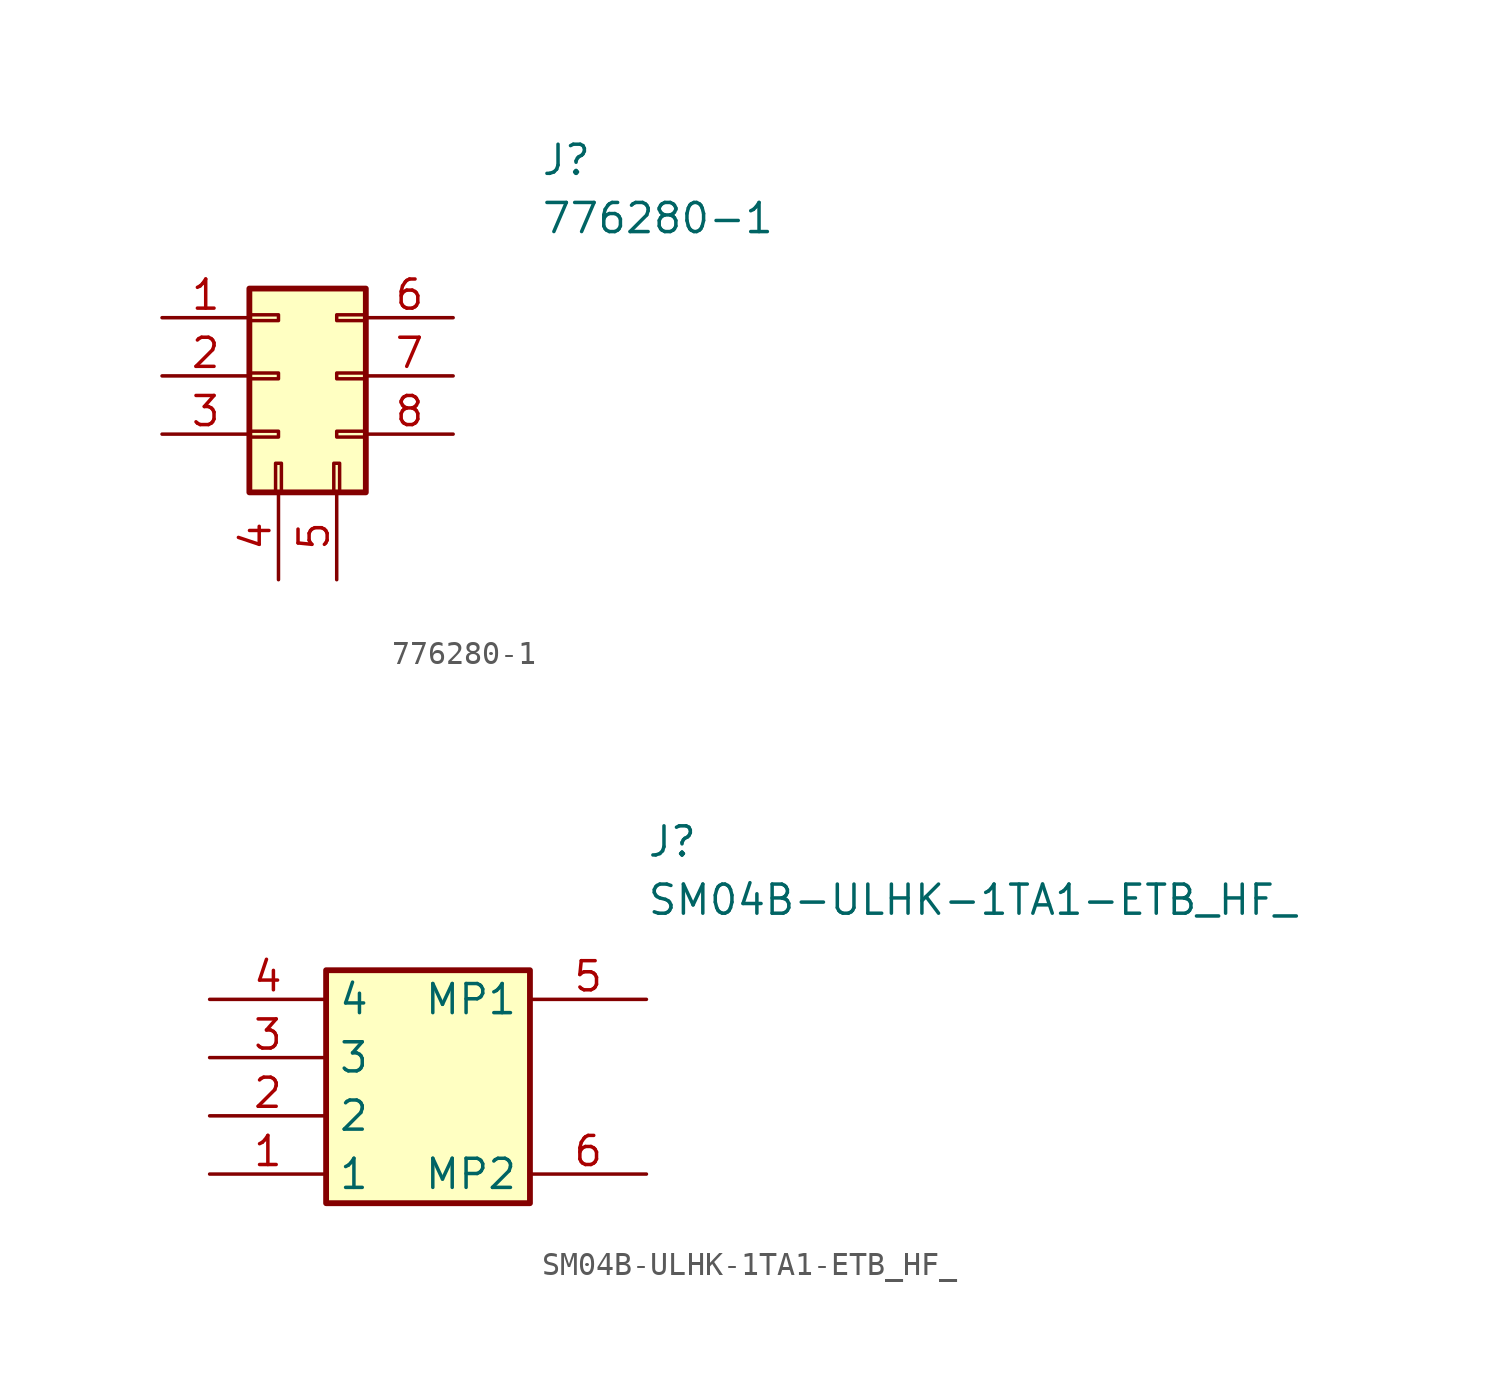
<source format=kicad_sym>
(kicad_symbol_lib
  (version 20241209)
  (generator "kicad_symbol_editor")
  (generator_version "9.0")
  (symbol "776280-1"
    (pin_names
      (hide yes))
    (property "Reference" "J"
      (at 16.51 7.62 0)
      (effects (font (size 1.27 1.27)) (justify left top)))
    (property "Value" "776280-1"
      (at 16.51 5.08 0)
      (effects (font (size 1.27 1.27)) (justify left top)))
    (symbol "776280-1_1_1"
      (rectangle (start 3.81 1.27) (end 8.89 -7.62) (stroke (width 0.254) (type solid)) (fill (type background)))
      (rectangle (start 3.81 0.127) (end 5.08 -0.127) (stroke (width 0.152) (type default)) (fill (type none)))
      (rectangle (start 3.81 -2.413) (end 5.08 -2.667) (stroke (width 0.152) (type default)) (fill (type none)))
      (rectangle (start 3.81 -4.953) (end 5.08 -5.207) (stroke (width 0.152) (type default)) (fill (type none)))
      (rectangle (start 4.953 -6.35) (end 5.207 -7.62) (stroke (width 0.152) (type default)) (fill (type none)))
      (rectangle (start 7.493 -6.35) (end 7.747 -7.62) (stroke (width 0.152) (type default)) (fill (type none)))
      (rectangle (start 7.62 -4.953) (end 8.89 -5.207) (stroke (width 0.152) (type default)) (fill (type none)))
      (rectangle (start 8.89 0.127) (end 7.62 -0.127) (stroke (width 0.152) (type default)) (fill (type none)))
      (rectangle (start 8.89 -2.413) (end 7.62 -2.667) (stroke (width 0.152) (type default)) (fill (type none)))
      (pin passive line (at 0 0 0) (length 3.81) (name "Pin_1" (effects (font (size 1.27 1.27)))) (number "1" (effects (font (size 1.27 1.27)))))
      (pin passive line (at 0 -2.54 0) (length 3.81) (name "Pin_2" (effects (font (size 1.27 1.27)))) (number "2" (effects (font (size 1.27 1.27)))))
      (pin passive line (at 0 -5.08 0) (length 3.81) (name "Pin_3" (effects (font (size 1.27 1.27)))) (number "3" (effects (font (size 1.27 1.27)))))
      (pin passive line (at 5.08 -11.43 90) (length 3.81) (name "Pin_4" (effects (font (size 1.27 1.27)))) (number "4" (effects (font (size 1.27 1.27)))))
      (pin passive line (at 7.62 -11.43 90) (length 3.81) (name "Pin_5" (effects (font (size 1.27 1.27)))) (number "5" (effects (font (size 1.27 1.27)))))
      (pin passive line (at 12.7 0 180) (length 3.81) (name "Pin_6" (effects (font (size 1.27 1.27)))) (number "6" (effects (font (size 1.27 1.27)))))
      (pin passive line (at 12.7 -2.54 180) (length 3.81) (name "Pin_7" (effects (font (size 1.27 1.27)))) (number "7" (effects (font (size 1.27 1.27)))))
      (pin passive line (at 12.7 -5.08 180) (length 3.81) (name "Pin_8" (effects (font (size 1.27 1.27)))) (number "8" (effects (font (size 1.27 1.27)))))))
  (symbol "SM04B-ULHK-1TA1-ETB_HF_"
    (property "Reference" "J"
      (at 19.05 7.62 0)
      (effects (font (size 1.27 1.27)) (justify left top)))
    (property "Value" "SM04B-ULHK-1TA1-ETB_HF_"
      (at 19.05 5.08 0)
      (effects (font (size 1.27 1.27)) (justify left top)))
    (symbol "SM04B-ULHK-1TA1-ETB_HF__1_1"
      (rectangle (start 5.08 1.27) (end 13.97 -8.89) (stroke (width 0.254) (type default)) (fill (type background)))
      (pin passive line (at 0 0 0) (length 5.08) (name "4" (effects (font (size 1.27 1.27)))) (number "4" (effects (font (size 1.27 1.27)))))
      (pin passive line (at 0 -2.54 0) (length 5.08) (name "3" (effects (font (size 1.27 1.27)))) (number "3" (effects (font (size 1.27 1.27)))))
      (pin passive line (at 0 -5.08 0) (length 5.08) (name "2" (effects (font (size 1.27 1.27)))) (number "2" (effects (font (size 1.27 1.27)))))
      (pin passive line (at 0 -7.62 0) (length 5.08) (name "1" (effects (font (size 1.27 1.27)))) (number "1" (effects (font (size 1.27 1.27)))))
      (pin input line (at 19.05 0 180) (length 5.08) (name "MP1" (effects (font (size 1.27 1.27)))) (number "5" (effects (font (size 1.27 1.27)))))
      (pin input line (at 19.05 -7.62 180) (length 5.08) (name "MP2" (effects (font (size 1.27 1.27)))) (number "6" (effects (font (size 1.27 1.27))))))))
</source>
